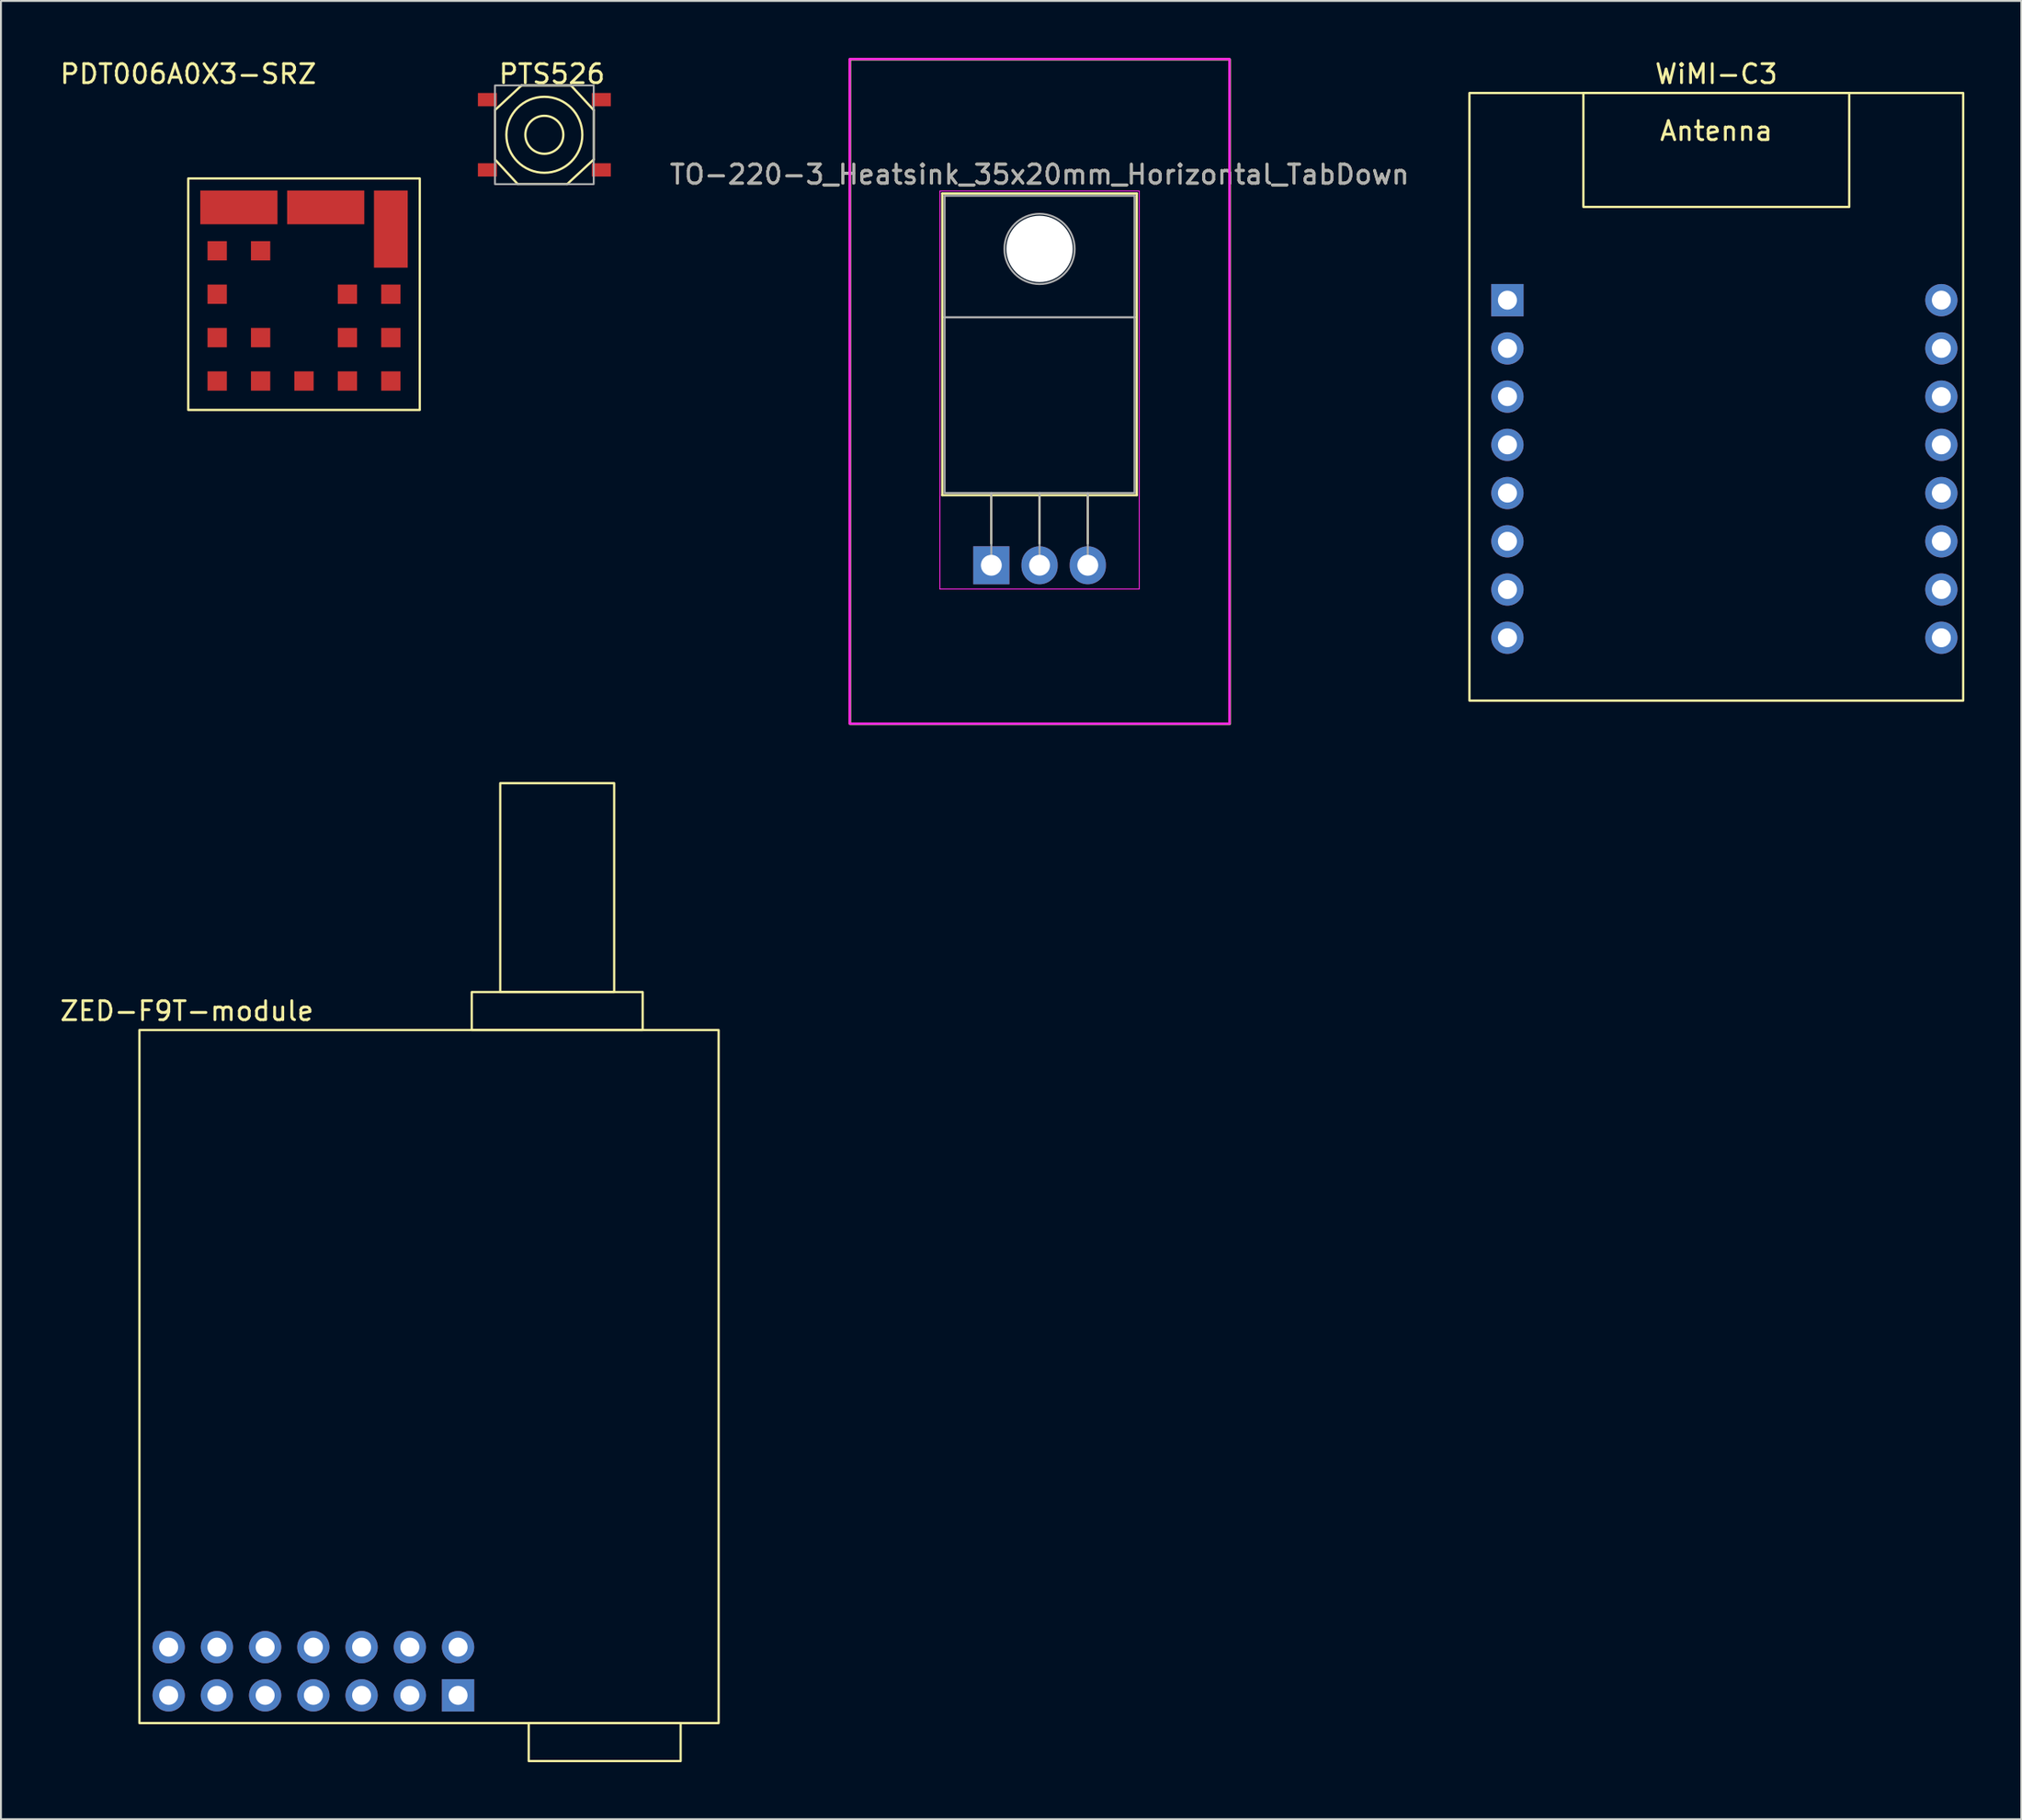
<source format=kicad_pcb>
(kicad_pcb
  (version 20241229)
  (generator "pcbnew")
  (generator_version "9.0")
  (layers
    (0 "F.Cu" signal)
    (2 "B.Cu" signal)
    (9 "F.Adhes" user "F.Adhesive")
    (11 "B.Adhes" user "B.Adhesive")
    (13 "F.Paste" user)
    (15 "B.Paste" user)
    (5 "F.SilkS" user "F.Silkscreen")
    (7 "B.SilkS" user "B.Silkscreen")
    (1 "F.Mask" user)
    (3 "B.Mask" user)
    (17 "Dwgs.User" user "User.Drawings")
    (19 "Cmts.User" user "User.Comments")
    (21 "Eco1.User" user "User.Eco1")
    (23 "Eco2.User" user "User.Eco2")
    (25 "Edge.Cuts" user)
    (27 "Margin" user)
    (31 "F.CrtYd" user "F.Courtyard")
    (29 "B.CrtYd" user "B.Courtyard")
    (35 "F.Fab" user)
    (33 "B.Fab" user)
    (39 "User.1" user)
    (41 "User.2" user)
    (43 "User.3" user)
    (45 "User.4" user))
  (footprint "TO-220-3_Heatsink_35x20mm_Horizontal_TabDown"
    (layer "F.Cu")
    (at 49.152 26.72)
    (property "Reference" "TO-220-3_Heatsink_35x20mm_Horizontal_TabDown" (at 2.54 -20.58 0) (layer "F.SilkS") (effects (font (size 1 1) (thickness 0.15))))
    (attr through_hole)
    (fp_line (start -2.58 -19.58) (end -2.58 -3.69) (stroke (width 0.12) (type solid)) (layer "F.SilkS"))
    (fp_line (start -2.58 -19.58) (end 7.66 -19.58) (stroke (width 0.12) (type solid)) (layer "F.SilkS"))
    (fp_line (start -2.58 -3.69) (end 7.66 -3.69) (stroke (width 0.12) (type solid)) (layer "F.SilkS"))
    (fp_line (start 0 -3.69) (end 0 -1.15) (stroke (width 0.12) (type solid)) (layer "F.SilkS"))
    (fp_line (start 2.54 -3.69) (end 2.54 -1.15) (stroke (width 0.12) (type solid)) (layer "F.SilkS"))
    (fp_line (start 5.08 -3.69) (end 5.08 -1.15) (stroke (width 0.12) (type solid)) (layer "F.SilkS"))
    (fp_line (start 7.66 -19.58) (end 7.66 -3.69) (stroke (width 0.12) (type solid)) (layer "F.SilkS"))
    (fp_rect (start -7.442 -26.644) (end 12.558 8.356) (stroke (width 0.12) (type solid)) (fill no) (layer "F.SilkS"))
    (fp_line (start -2.71 -19.71) (end -2.71 1.25) (stroke (width 0.05) (type solid)) (layer "F.CrtYd"))
    (fp_line (start -2.71 1.25) (end 7.79 1.25) (stroke (width 0.05) (type solid)) (layer "F.CrtYd"))
    (fp_line (start 7.79 -19.71) (end -2.71 -19.71) (stroke (width 0.05) (type solid)) (layer "F.CrtYd"))
    (fp_line (start 7.79 1.25) (end 7.79 -19.71) (stroke (width 0.05) (type solid)) (layer "F.CrtYd"))
    (fp_rect (start -7.46 -26.66) (end 12.54 8.34) (stroke (width 0.12) (type solid)) (fill no) (layer "F.CrtYd"))
    (fp_line (start -2.46 -19.46) (end 7.54 -19.46) (stroke (width 0.1) (type solid)) (layer "F.Fab"))
    (fp_line (start -2.46 -13.06) (end -2.46 -19.46) (stroke (width 0.1) (type solid)) (layer "F.Fab"))
    (fp_line (start -2.46 -13.06) (end 7.54 -13.06) (stroke (width 0.1) (type solid)) (layer "F.Fab"))
    (fp_line (start -2.46 -3.81) (end -2.46 -13.06) (stroke (width 0.1) (type solid)) (layer "F.Fab"))
    (fp_line (start 0 -3.81) (end 0 0) (stroke (width 0.1) (type solid)) (layer "F.Fab"))
    (fp_line (start 2.54 -3.81) (end 2.54 0) (stroke (width 0.1) (type solid)) (layer "F.Fab"))
    (fp_line (start 5.08 -3.81) (end 5.08 0) (stroke (width 0.1) (type solid)) (layer "F.Fab"))
    (fp_line (start 7.54 -19.46) (end 7.54 -13.06) (stroke (width 0.1) (type solid)) (layer "F.Fab"))
    (fp_line (start 7.54 -13.06) (end -2.46 -13.06) (stroke (width 0.1) (type solid)) (layer "F.Fab"))
    (fp_line (start 7.54 -13.06) (end 7.54 -3.81) (stroke (width 0.1) (type solid)) (layer "F.Fab"))
    (fp_line (start 7.54 -3.81) (end -2.46 -3.81) (stroke (width 0.1) (type solid)) (layer "F.Fab"))
    (fp_circle (center 2.54 -16.66) (end 4.39 -16.66) (stroke (width 0.1) (type solid)) (fill no) (layer "F.Fab"))
    (fp_text user "${REFERENCE}" (at 2.54 -20.58 0) (layer "F.Fab") (effects (font (size 1 1) (thickness 0.15))))
    (pad "" np_thru_hole oval (at 2.54 -16.66) (size 3.5 3.5) (drill 3.5) (layers "*.Cu" "*.Mask"))
    (pad "1" thru_hole rect (at 0 0) (size 1.905 2) (drill 1.1) (layers "*.Cu" "*.Mask"))
    (pad "2" thru_hole oval (at 2.54 0) (size 1.905 2) (drill 1.1) (layers "*.Cu" "*.Mask"))
    (pad "3" thru_hole oval (at 5.08 0) (size 1.905 2) (drill 1.1) (layers "*.Cu" "*.Mask")))
  (footprint "ZED-F9T-module"
    (layer "F.Cu")
    (at 20.292 86.196)
    (property "Reference" "ZED-F9T-module" (at -13.5 -36 0) (unlocked yes) (layer "F.SilkS") (effects (font (size 1 1) (thickness 0.15))))
    (attr through_hole)
    (fp_rect (start -16 1.5) (end 14.5 -35) (stroke (width 0.12) (type solid)) (fill no) (layer "F.SilkS"))
    (fp_rect (start 3 -37) (end 9 -48) (stroke (width 0.12) (type solid)) (fill no) (layer "F.SilkS"))
    (fp_rect (start 10.5 -35) (end 1.5 -37) (stroke (width 0.12) (type solid)) (fill no) (layer "F.SilkS"))
    (fp_rect (start 12.5 3.5) (end 4.5 1.5) (stroke (width 0.12) (type solid)) (fill no) (layer "F.SilkS"))
    (pad "1" thru_hole rect (at 0.78 0.04 270) (size 1.7 1.7) (drill 1) (layers "*.Cu" "*.Mask"))
    (pad "2" thru_hole circle (at 0.78 -2.5 270) (size 1.7 1.7) (drill 1) (layers "*.Cu" "*.Mask"))
    (pad "3" thru_hole circle (at -1.76 0.04 270) (size 1.7 1.7) (drill 1) (layers "*.Cu" "*.Mask"))
    (pad "4" thru_hole circle (at -1.76 -2.5 270) (size 1.7 1.7) (drill 1) (layers "*.Cu" "*.Mask"))
    (pad "5" thru_hole circle (at -4.3 0.04 270) (size 1.7 1.7) (drill 1) (layers "*.Cu" "*.Mask"))
    (pad "6" thru_hole circle (at -4.3 -2.5 270) (size 1.7 1.7) (drill 1) (layers "*.Cu" "*.Mask"))
    (pad "7" thru_hole circle (at -6.84 0.04 270) (size 1.7 1.7) (drill 1) (layers "*.Cu" "*.Mask"))
    (pad "8" thru_hole circle (at -6.84 -2.5 270) (size 1.7 1.7) (drill 1) (layers "*.Cu" "*.Mask"))
    (pad "9" thru_hole circle (at -9.38 0.04 270) (size 1.7 1.7) (drill 1) (layers "*.Cu" "*.Mask"))
    (pad "10" thru_hole circle (at -9.38 -2.5 270) (size 1.7 1.7) (drill 1) (layers "*.Cu" "*.Mask"))
    (pad "11" thru_hole circle (at -11.92 0.04 270) (size 1.7 1.7) (drill 1) (layers "*.Cu" "*.Mask"))
    (pad "12" thru_hole circle (at -11.92 -2.5 270) (size 1.7 1.7) (drill 1) (layers "*.Cu" "*.Mask"))
    (pad "13" thru_hole circle (at -14.46 0.04 270) (size 1.7 1.7) (drill 1) (layers "*.Cu" "*.Mask"))
    (pad "14" thru_hole circle (at -14.46 -2.5 270) (size 1.7 1.7) (drill 1) (layers "*.Cu" "*.Mask")))
  (footprint "PTS526"
    (layer "F.Cu")
    (at 25.615 4.048)
    (property "Reference" "PTS526" (at 0.4 -3.2 0) (unlocked yes) (layer "F.SilkS") (effects (font (size 1 1) (thickness 0.15))))
    (attr smd)
    (fp_line (start -2.6 -1.3) (end -1.2 -2.6) (stroke (width 0.12) (type solid)) (layer "F.SilkS"))
    (fp_line (start -2.6 1.3) (end -2.6 -1.3) (stroke (width 0.12) (type solid)) (layer "F.SilkS"))
    (fp_line (start -2.6 1.3) (end -1.4 2.6) (stroke (width 0.12) (type solid)) (layer "F.SilkS"))
    (fp_line (start -1.2 -2.6) (end 1.4 -2.6) (stroke (width 0.12) (type solid)) (layer "F.SilkS"))
    (fp_line (start 1.2 2.6) (end -1.4 2.6) (stroke (width 0.12) (type solid)) (layer "F.SilkS"))
    (fp_line (start 2.6 -1.3) (end 1.4 -2.6) (stroke (width 0.12) (type solid)) (layer "F.SilkS"))
    (fp_line (start 2.6 -1.3) (end 2.6 1.3) (stroke (width 0.12) (type solid)) (layer "F.SilkS"))
    (fp_line (start 2.6 1.3) (end 1.2 2.6) (stroke (width 0.12) (type solid)) (layer "F.SilkS"))
    (fp_circle (center 0 0) (end 0 -2) (stroke (width 0.12) (type solid)) (fill no) (layer "F.SilkS"))
    (fp_circle (center 0 0) (end 0 -1) (stroke (width 0.12) (type solid)) (fill no) (layer "F.SilkS"))
    (fp_rect (start -2.6 2.6) (end 2.6 -2.6) (stroke (width 0.1) (type solid)) (fill no) (layer "F.Fab"))
    (pad "1" smd rect (at -3 -1.85) (size 1 0.7) (layers "F.Cu" "F.Mask" "F.Paste"))
    (pad "2" smd rect (at 3 -1.85) (size 1 0.7) (layers "F.Cu" "F.Mask" "F.Paste"))
    (pad "3" smd rect (at -3 1.85) (size 1 0.7) (layers "F.Cu" "F.Mask" "F.Paste"))
    (pad "4" smd rect (at 3 1.85) (size 1 0.7) (layers "F.Cu" "F.Mask" "F.Paste")))
  (footprint "PDT006A0X3-SRZ"
    (layer "F.Cu")
    (at 6.863 6.348)
    (property "Reference" "PDT006A0X3-SRZ" (at 0 -5.5 0) (unlocked yes) (layer "F.SilkS") (effects (font (size 1 1) (thickness 0.15))))
    (attr smd)
    (fp_rect (start 0 0) (end 12.192 12.192) (stroke (width 0.12) (type solid)) (fill no) (layer "F.SilkS"))
    (pad "1" smd rect (at 1.524 6.096 90) (size 1.016 1.016) (layers "F.Cu" "F.Mask" "F.Paste"))
    (pad "2" smd rect (at 2.667 1.524) (size 4.064 1.778) (layers "F.Cu" "F.Mask" "F.Paste"))
    (pad "3" smd rect (at 7.239 1.524) (size 4.064 1.778) (layers "F.Cu" "F.Mask" "F.Paste"))
    (pad "4" smd rect (at 10.668 2.667 90) (size 4.064 1.778) (layers "F.Cu" "F.Mask" "F.Paste"))
    (pad "5" smd rect (at 10.668 6.096 90) (size 1.016 1.016) (layers "F.Cu" "F.Mask" "F.Paste"))
    (pad "6" smd rect (at 10.668 10.668 90) (size 1.016 1.016) (layers "F.Cu" "F.Mask" "F.Paste"))
    (pad "7" smd rect (at 6.096 10.668 90) (size 1.016 1.016) (layers "F.Cu" "F.Mask" "F.Paste"))
    (pad "8" smd rect (at 3.81 10.668 90) (size 1.016 1.016) (layers "F.Cu" "F.Mask" "F.Paste"))
    (pad "9" smd rect (at 1.524 10.668 90) (size 1.016 1.016) (layers "F.Cu" "F.Mask" "F.Paste"))
    (pad "10" smd rect (at 1.524 8.382 90) (size 1.016 1.016) (layers "F.Cu" "F.Mask" "F.Paste"))
    (pad "11" smd rect (at 3.81 8.382 90) (size 1.016 1.016) (layers "F.Cu" "F.Mask" "F.Paste"))
    (pad "12" smd rect (at 8.382 8.382 90) (size 1.016 1.016) (layers "F.Cu" "F.Mask" "F.Paste"))
    (pad "13" smd rect (at 8.382 6.096 90) (size 1.016 1.016) (layers "F.Cu" "F.Mask" "F.Paste"))
    (pad "14" smd rect (at 10.668 8.382 90) (size 1.016 1.016) (layers "F.Cu" "F.Mask" "F.Paste"))
    (pad "15" smd rect (at 8.382 10.668 90) (size 1.016 1.016) (layers "F.Cu" "F.Mask" "F.Paste"))
    (pad "16" smd rect (at 1.524 3.81 90) (size 1.016 1.016) (layers "F.Cu" "F.Mask" "F.Paste"))
    (pad "17" smd rect (at 3.81 3.81 90) (size 1.016 1.016) (layers "F.Cu" "F.Mask" "F.Paste")))
  (footprint "WiMI-C3"
    (layer "F.Cu")
    (at 87.33 17.848)
    (property "Reference" "WiMI-C3" (at 0 -17 0) (unlocked yes) (layer "F.SilkS") (effects (font (size 1 1) (thickness 0.15))))
    (attr through_hole)
    (fp_rect (start -13 16) (end 13 -16) (stroke (width 0.12) (type solid)) (fill no) (layer "F.SilkS"))
    (fp_rect (start -7 -10) (end 7 -16) (stroke (width 0.12) (type solid)) (fill no) (layer "F.SilkS"))
    (fp_text user "Antenna" (at 0 -14 0) (unlocked yes) (layer "F.SilkS") (effects (font (size 1 1) (thickness 0.15))))
    (pad "1" thru_hole rect (at -11 -5.09) (size 1.7 1.7) (drill 1) (layers "*.Cu" "*.Mask"))
    (pad "2" thru_hole circle (at -11 -2.55) (size 1.7 1.7) (drill 1) (layers "*.Cu" "*.Mask"))
    (pad "3" thru_hole circle (at -11 -0.01) (size 1.7 1.7) (drill 1) (layers "*.Cu" "*.Mask"))
    (pad "4" thru_hole circle (at -11 2.53) (size 1.7 1.7) (drill 1) (layers "*.Cu" "*.Mask"))
    (pad "5" thru_hole circle (at -11 5.07) (size 1.7 1.7) (drill 1) (layers "*.Cu" "*.Mask"))
    (pad "6" thru_hole circle (at -11 7.61) (size 1.7 1.7) (drill 1) (layers "*.Cu" "*.Mask"))
    (pad "7" thru_hole circle (at -11 10.15) (size 1.7 1.7) (drill 1) (layers "*.Cu" "*.Mask"))
    (pad "8" thru_hole circle (at -11 12.69) (size 1.7 1.7) (drill 1) (layers "*.Cu" "*.Mask"))
    (pad "9" thru_hole circle (at 11.85 12.69) (size 1.7 1.7) (drill 1) (layers "*.Cu" "*.Mask"))
    (pad "10" thru_hole circle (at 11.85 10.15) (size 1.7 1.7) (drill 1) (layers "*.Cu" "*.Mask"))
    (pad "11" thru_hole circle (at 11.85 7.61) (size 1.7 1.7) (drill 1) (layers "*.Cu" "*.Mask"))
    (pad "12" thru_hole circle (at 11.85 5.07) (size 1.7 1.7) (drill 1) (layers "*.Cu" "*.Mask"))
    (pad "13" thru_hole circle (at 11.85 2.53) (size 1.7 1.7) (drill 1) (layers "*.Cu" "*.Mask"))
    (pad "14" thru_hole circle (at 11.85 -0.01) (size 1.7 1.7) (drill 1) (layers "*.Cu" "*.Mask"))
    (pad "15" thru_hole circle (at 11.85 -2.55) (size 1.7 1.7) (drill 1) (layers "*.Cu" "*.Mask"))
    (pad "16" thru_hole circle (at 11.85 -5.09) (size 1.7 1.7) (drill 1) (layers "*.Cu" "*.Mask"))
    (zone (net_name "") (layers "F.Cu" "B.Cu") (hatch edge 0.508) (connect_pads) (min_thickness 0.254) (filled_areas_thickness no) (keepout (tracks not_allowed) (vias not_allowed) (pads not_allowed) (copperpour not_allowed) (footprints allowed)) (placement (enabled no)) (fill) (polygon (pts (xy 95.33 8.848) (xy 79.33 8.848) (xy 79.33 1.848) (xy 95.33 1.848)))))
  (gr_rect
    (start -3 -3)
    (end 103.39 92.756)
    (stroke (width 0.1) (type default))
    (fill no)
    (layer "Edge.Cuts")))
</source>
